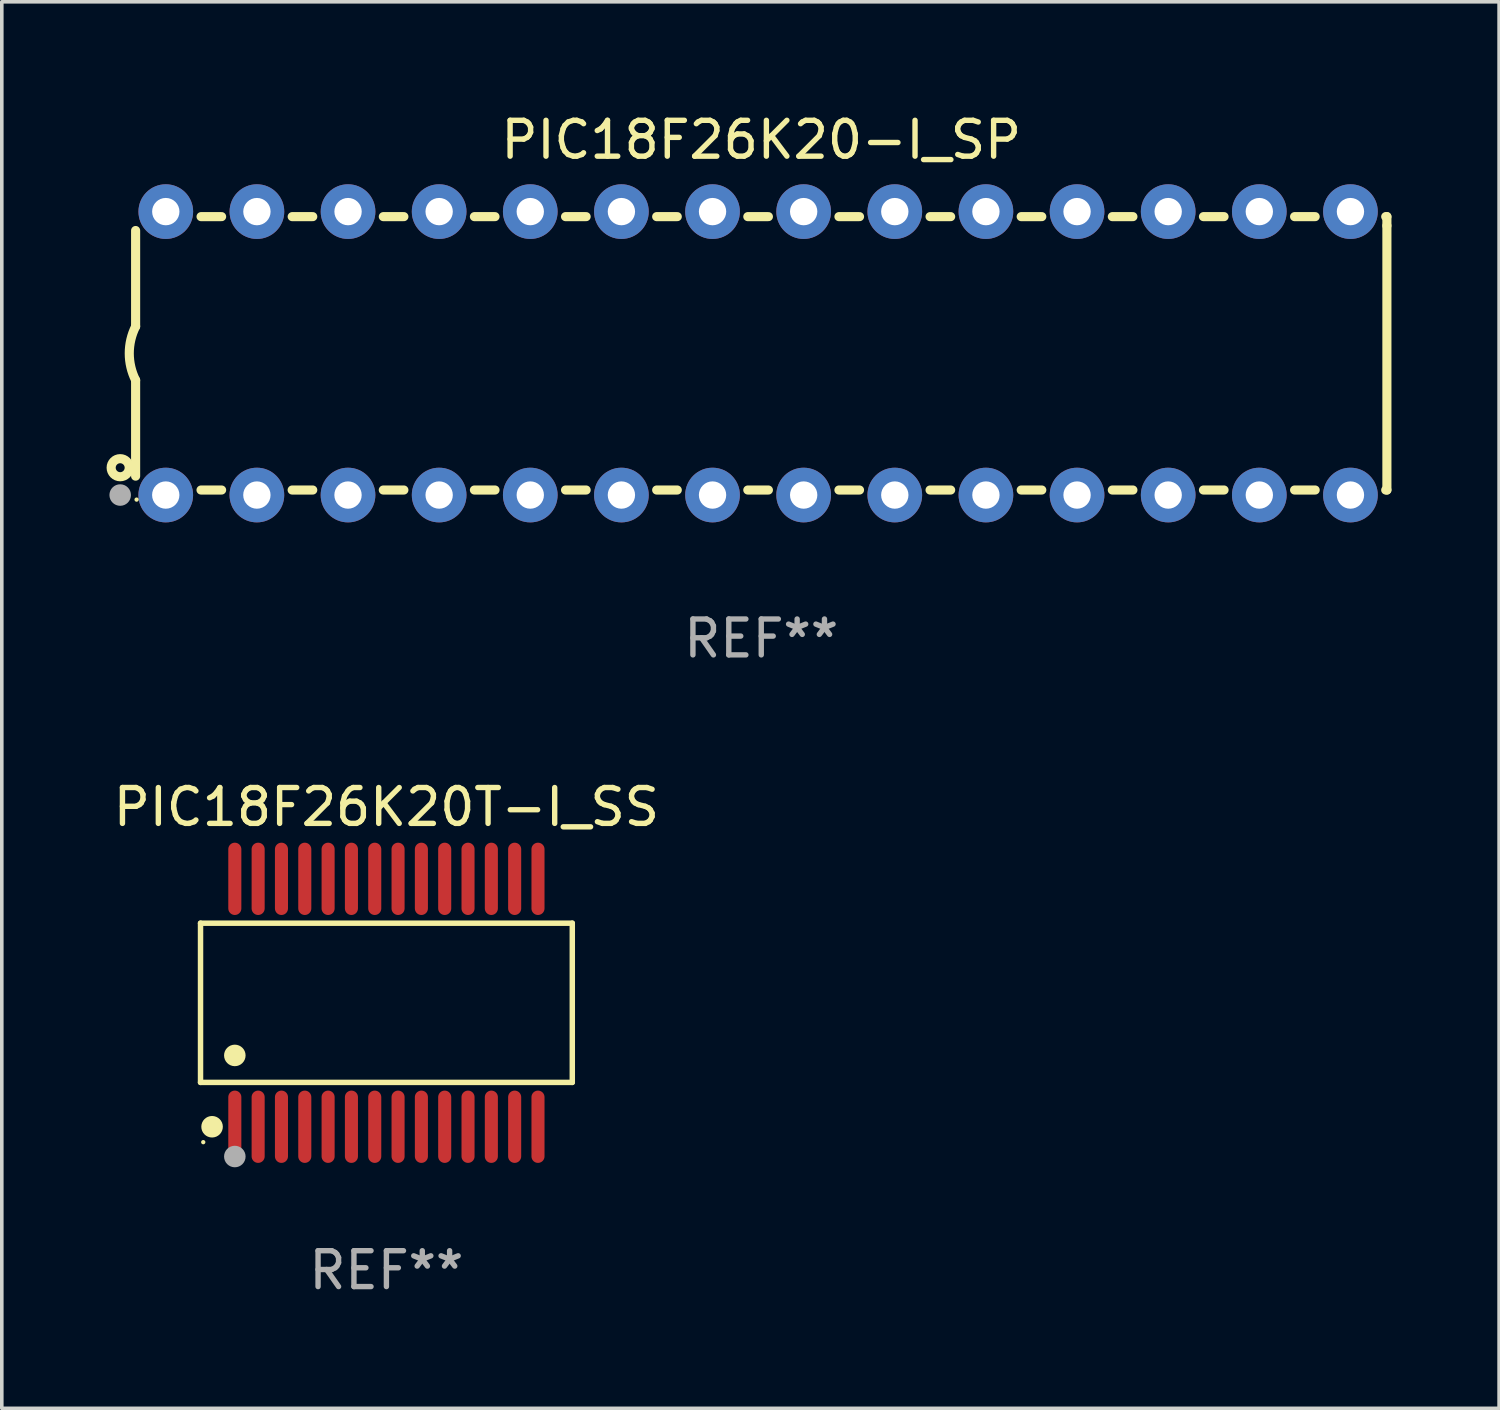
<source format=kicad_pcb>
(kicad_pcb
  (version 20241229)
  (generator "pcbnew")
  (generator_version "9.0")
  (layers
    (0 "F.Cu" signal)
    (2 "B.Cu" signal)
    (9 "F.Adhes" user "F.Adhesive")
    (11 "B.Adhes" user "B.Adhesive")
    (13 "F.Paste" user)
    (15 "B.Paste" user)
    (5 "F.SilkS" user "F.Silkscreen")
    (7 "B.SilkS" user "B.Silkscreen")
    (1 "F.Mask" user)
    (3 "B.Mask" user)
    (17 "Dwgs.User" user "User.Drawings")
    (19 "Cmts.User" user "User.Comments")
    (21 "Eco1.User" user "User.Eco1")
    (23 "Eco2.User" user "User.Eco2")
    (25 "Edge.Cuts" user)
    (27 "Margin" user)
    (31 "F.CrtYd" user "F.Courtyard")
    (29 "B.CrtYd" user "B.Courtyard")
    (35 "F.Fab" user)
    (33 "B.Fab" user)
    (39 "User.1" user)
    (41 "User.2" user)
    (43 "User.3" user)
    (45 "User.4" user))
  (footprint "PIC18F26K20T-I_SS"
    (layer "F.Cu")
    (at 7.72 24.9)
    (property "Reference" "PIC18F26K20T-I_SS" (at 0 -5.455 0) (layer "F.SilkS") (effects (font (size 1 1) (thickness 0.15))))
    (attr through_hole)
    (fp_line (start -5.181 -2.219) (end 5.181 -2.219) (stroke (width 0.152) (type solid)) (layer "F.SilkS"))
    (fp_line (start -5.181 2.219) (end -5.181 -2.219) (stroke (width 0.152) (type solid)) (layer "F.SilkS"))
    (fp_line (start 5.181 -2.219) (end 5.181 2.219) (stroke (width 0.152) (type solid)) (layer "F.SilkS"))
    (fp_line (start 5.181 2.219) (end -5.181 2.219) (stroke (width 0.152) (type solid)) (layer "F.SilkS"))
    (fp_circle (center -5.105 3.885) (end -5.075 3.885) (stroke (width 0.06) (type solid)) (fill no) (layer "F.SilkS"))
    (fp_circle (center -4.859 3.455) (end -4.709 3.455) (stroke (width 0.3) (type solid)) (fill no) (layer "F.SilkS"))
    (fp_circle (center -4.225 1.467) (end -4.075 1.467) (stroke (width 0.3) (type solid)) (fill no) (layer "F.SilkS"))
    (fp_circle (center -4.225 4.285) (end -4.075 4.285) (stroke (width 0.3) (type solid)) (fill no) (layer "F.Fab"))
    (fp_text user "REF**" (at 0 7.455 0) (layer "F.Fab") (effects (font (size 1 1) (thickness 0.15))))
    (pad "1" smd oval (at -4.225 3.455) (size 0.364 2.015) (layers "F.Cu" "F.Mask" "F.Paste"))
    (pad "2" smd oval (at -3.575 3.455) (size 0.364 2.015) (layers "F.Cu" "F.Mask" "F.Paste"))
    (pad "3" smd oval (at -2.925 3.455) (size 0.364 2.015) (layers "F.Cu" "F.Mask" "F.Paste"))
    (pad "4" smd oval (at -2.275 3.455) (size 0.364 2.015) (layers "F.Cu" "F.Mask" "F.Paste"))
    (pad "5" smd oval (at -1.625 3.455) (size 0.364 2.015) (layers "F.Cu" "F.Mask" "F.Paste"))
    (pad "6" smd oval (at -0.975 3.455) (size 0.364 2.015) (layers "F.Cu" "F.Mask" "F.Paste"))
    (pad "7" smd oval (at -0.325 3.455) (size 0.364 2.015) (layers "F.Cu" "F.Mask" "F.Paste"))
    (pad "8" smd oval (at 0.325 3.455) (size 0.364 2.015) (layers "F.Cu" "F.Mask" "F.Paste"))
    (pad "9" smd oval (at 0.975 3.455) (size 0.364 2.015) (layers "F.Cu" "F.Mask" "F.Paste"))
    (pad "10" smd oval (at 1.625 3.455) (size 0.364 2.015) (layers "F.Cu" "F.Mask" "F.Paste"))
    (pad "11" smd oval (at 2.275 3.455) (size 0.364 2.015) (layers "F.Cu" "F.Mask" "F.Paste"))
    (pad "12" smd oval (at 2.925 3.455) (size 0.364 2.015) (layers "F.Cu" "F.Mask" "F.Paste"))
    (pad "13" smd oval (at 3.575 3.455) (size 0.364 2.015) (layers "F.Cu" "F.Mask" "F.Paste"))
    (pad "14" smd oval (at 4.225 3.455) (size 0.364 2.015) (layers "F.Cu" "F.Mask" "F.Paste"))
    (pad "15" smd oval (at 4.225 -3.455) (size 0.364 2.015) (layers "F.Cu" "F.Mask" "F.Paste"))
    (pad "16" smd oval (at 3.575 -3.455) (size 0.364 2.015) (layers "F.Cu" "F.Mask" "F.Paste"))
    (pad "17" smd oval (at 2.925 -3.455) (size 0.364 2.015) (layers "F.Cu" "F.Mask" "F.Paste"))
    (pad "18" smd oval (at 2.275 -3.455) (size 0.364 2.015) (layers "F.Cu" "F.Mask" "F.Paste"))
    (pad "19" smd oval (at 1.625 -3.455) (size 0.364 2.015) (layers "F.Cu" "F.Mask" "F.Paste"))
    (pad "20" smd oval (at 0.975 -3.455) (size 0.364 2.015) (layers "F.Cu" "F.Mask" "F.Paste"))
    (pad "21" smd oval (at 0.325 -3.455) (size 0.364 2.015) (layers "F.Cu" "F.Mask" "F.Paste"))
    (pad "22" smd oval (at -0.325 -3.455) (size 0.364 2.015) (layers "F.Cu" "F.Mask" "F.Paste"))
    (pad "23" smd oval (at -0.975 -3.455) (size 0.364 2.015) (layers "F.Cu" "F.Mask" "F.Paste"))
    (pad "24" smd oval (at -1.625 -3.455) (size 0.364 2.015) (layers "F.Cu" "F.Mask" "F.Paste"))
    (pad "25" smd oval (at -2.275 -3.455) (size 0.364 2.015) (layers "F.Cu" "F.Mask" "F.Paste"))
    (pad "26" smd oval (at -2.925 -3.455) (size 0.364 2.015) (layers "F.Cu" "F.Mask" "F.Paste"))
    (pad "27" smd oval (at -3.575 -3.455) (size 0.364 2.015) (layers "F.Cu" "F.Mask" "F.Paste"))
    (pad "28" smd oval (at -4.225 -3.455) (size 0.364 2.015) (layers "F.Cu" "F.Mask" "F.Paste")))
  (footprint "PIC18F26K20-I_SP"
    (layer "F.Cu")
    (at 18.168 6.798)
    (property "Reference" "PIC18F26K20-I_SP" (at 0 -5.95 0) (layer "F.SilkS") (effects (font (size 1 1) (thickness 0.15))))
    (attr through_hole)
    (fp_line (start -17.438 0.75) (end -17.438 3.423) (stroke (width 0.254) (type solid)) (layer "F.SilkS"))
    (fp_line (start -17.438 -3.423) (end -17.438 -0.75) (stroke (width 0.254) (type solid)) (layer "F.SilkS"))
    (fp_line (start -15.615 3.81) (end -15.041 3.81) (stroke (width 0.254) (type solid)) (layer "F.SilkS"))
    (fp_line (start -15.041 -3.81) (end -15.614 -3.81) (stroke (width 0.254) (type solid)) (layer "F.SilkS"))
    (fp_line (start -13.075 3.81) (end -12.501 3.81) (stroke (width 0.254) (type solid)) (layer "F.SilkS"))
    (fp_line (start -12.501 -3.81) (end -13.074 -3.81) (stroke (width 0.254) (type solid)) (layer "F.SilkS"))
    (fp_line (start -10.535 3.81) (end -9.961 3.81) (stroke (width 0.254) (type solid)) (layer "F.SilkS"))
    (fp_line (start -9.961 -3.81) (end -10.534 -3.81) (stroke (width 0.254) (type solid)) (layer "F.SilkS"))
    (fp_line (start -7.995 3.81) (end -7.421 3.81) (stroke (width 0.254) (type solid)) (layer "F.SilkS"))
    (fp_line (start -7.421 -3.81) (end -7.995 -3.81) (stroke (width 0.254) (type solid)) (layer "F.SilkS"))
    (fp_line (start -5.455 3.81) (end -4.881 3.81) (stroke (width 0.254) (type solid)) (layer "F.SilkS"))
    (fp_line (start -4.881 -3.81) (end -5.455 -3.81) (stroke (width 0.254) (type solid)) (layer "F.SilkS"))
    (fp_line (start -2.915 3.81) (end -2.341 3.81) (stroke (width 0.254) (type solid)) (layer "F.SilkS"))
    (fp_line (start -2.341 -3.81) (end -2.915 -3.81) (stroke (width 0.254) (type solid)) (layer "F.SilkS"))
    (fp_line (start -0.375 3.81) (end 0.199 3.81) (stroke (width 0.254) (type solid)) (layer "F.SilkS"))
    (fp_line (start 0.199 -3.81) (end -0.375 -3.81) (stroke (width 0.254) (type solid)) (layer "F.SilkS"))
    (fp_line (start 2.165 3.81) (end 2.739 3.81) (stroke (width 0.254) (type solid)) (layer "F.SilkS"))
    (fp_line (start 2.739 -3.81) (end 2.165 -3.81) (stroke (width 0.254) (type solid)) (layer "F.SilkS"))
    (fp_line (start 4.705 3.81) (end 5.279 3.81) (stroke (width 0.254) (type solid)) (layer "F.SilkS"))
    (fp_line (start 5.279 -3.81) (end 4.705 -3.81) (stroke (width 0.254) (type solid)) (layer "F.SilkS"))
    (fp_line (start 7.245 3.81) (end 7.819 3.81) (stroke (width 0.254) (type solid)) (layer "F.SilkS"))
    (fp_line (start 7.819 -3.81) (end 7.245 -3.81) (stroke (width 0.254) (type solid)) (layer "F.SilkS"))
    (fp_line (start 9.785 3.81) (end 10.359 3.81) (stroke (width 0.254) (type solid)) (layer "F.SilkS"))
    (fp_line (start 10.359 -3.81) (end 9.785 -3.81) (stroke (width 0.254) (type solid)) (layer "F.SilkS"))
    (fp_line (start 12.325 3.81) (end 12.899 3.81) (stroke (width 0.254) (type solid)) (layer "F.SilkS"))
    (fp_line (start 12.899 -3.81) (end 12.325 -3.81) (stroke (width 0.254) (type solid)) (layer "F.SilkS"))
    (fp_line (start 14.865 3.81) (end 15.439 3.81) (stroke (width 0.254) (type solid)) (layer "F.SilkS"))
    (fp_line (start 15.439 -3.81) (end 14.865 -3.81) (stroke (width 0.254) (type solid)) (layer "F.SilkS"))
    (fp_line (start 17.405 3.81) (end 17.438 3.81) (stroke (width 0.254) (type solid)) (layer "F.SilkS"))
    (fp_line (start 17.438 -3.81) (end 17.405 -3.81) (stroke (width 0.254) (type solid)) (layer "F.SilkS"))
    (fp_line (start 17.438 -3.556) (end 17.438 -3.81) (stroke (width 0.254) (type solid)) (layer "F.SilkS"))
    (fp_line (start 17.438 3.81) (end 17.438 -3.556) (stroke (width 0.254) (type solid)) (layer "F.SilkS"))
    (fp_arc (start -17.437986 0.749657) (mid -17.614887 -0.000024) (end -17.437783 -0.749657) (stroke (width 0.254001) (type solid)) (layer "F.SilkS"))
    (fp_circle (center -17.868 3.188) (end -17.743 3.188) (stroke (width 0.254) (type solid)) (fill no) (layer "F.SilkS"))
    (fp_circle (center -17.411 4.077) (end -17.381 4.077) (stroke (width 0.06) (type solid)) (fill no) (layer "F.SilkS"))
    (fp_circle (center -17.868 3.95) (end -17.718 3.95) (stroke (width 0.3) (type solid)) (fill no) (layer "F.Fab"))
    (fp_text user "REF**" (at 0 7.95 0) (layer "F.Fab") (effects (font (size 1 1) (thickness 0.15))))
    (pad "1" thru_hole circle (at -16.598 3.95) (size 1.524 1.524) (drill 0.762) (layers "*.Cu" "*.Mask"))
    (pad "2" thru_hole circle (at -14.058 3.95) (size 1.524 1.524) (drill 0.762) (layers "*.Cu" "*.Mask"))
    (pad "3" thru_hole circle (at -11.518 3.95) (size 1.524 1.524) (drill 0.762) (layers "*.Cu" "*.Mask"))
    (pad "4" thru_hole circle (at -8.978 3.95) (size 1.524 1.524) (drill 0.762) (layers "*.Cu" "*.Mask"))
    (pad "5" thru_hole circle (at -6.438 3.95) (size 1.524 1.524) (drill 0.762) (layers "*.Cu" "*.Mask"))
    (pad "6" thru_hole circle (at -3.898 3.95) (size 1.524 1.524) (drill 0.762) (layers "*.Cu" "*.Mask"))
    (pad "7" thru_hole circle (at -1.358 3.95) (size 1.524 1.524) (drill 0.762) (layers "*.Cu" "*.Mask"))
    (pad "8" thru_hole circle (at 1.182 3.95) (size 1.524 1.524) (drill 0.762) (layers "*.Cu" "*.Mask"))
    (pad "9" thru_hole circle (at 3.722 3.95) (size 1.524 1.524) (drill 0.762) (layers "*.Cu" "*.Mask"))
    (pad "10" thru_hole circle (at 6.262 3.95) (size 1.524 1.524) (drill 0.762) (layers "*.Cu" "*.Mask"))
    (pad "11" thru_hole circle (at 8.802 3.95) (size 1.524 1.524) (drill 0.762) (layers "*.Cu" "*.Mask"))
    (pad "12" thru_hole circle (at 11.342 3.95) (size 1.524 1.524) (drill 0.762) (layers "*.Cu" "*.Mask"))
    (pad "13" thru_hole circle (at 13.882 3.95) (size 1.524 1.524) (drill 0.762) (layers "*.Cu" "*.Mask"))
    (pad "14" thru_hole circle (at 16.422 3.95) (size 1.524 1.524) (drill 0.762) (layers "*.Cu" "*.Mask"))
    (pad "15" thru_hole circle (at 16.422 -3.95) (size 1.524 1.524) (drill 0.762) (layers "*.Cu" "*.Mask"))
    (pad "16" thru_hole circle (at 13.882 -3.95) (size 1.524 1.524) (drill 0.762) (layers "*.Cu" "*.Mask"))
    (pad "17" thru_hole circle (at 11.342 -3.95) (size 1.524 1.524) (drill 0.762) (layers "*.Cu" "*.Mask"))
    (pad "18" thru_hole circle (at 8.802 -3.95) (size 1.524 1.524) (drill 0.762) (layers "*.Cu" "*.Mask"))
    (pad "19" thru_hole circle (at 6.262 -3.95) (size 1.524 1.524) (drill 0.762) (layers "*.Cu" "*.Mask"))
    (pad "20" thru_hole circle (at 3.722 -3.95) (size 1.524 1.524) (drill 0.762) (layers "*.Cu" "*.Mask"))
    (pad "21" thru_hole circle (at 1.182 -3.95) (size 1.524 1.524) (drill 0.762) (layers "*.Cu" "*.Mask"))
    (pad "22" thru_hole circle (at -1.358 -3.95) (size 1.524 1.524) (drill 0.762) (layers "*.Cu" "*.Mask"))
    (pad "23" thru_hole circle (at -3.898 -3.95) (size 1.524 1.524) (drill 0.762) (layers "*.Cu" "*.Mask"))
    (pad "24" thru_hole circle (at -6.438 -3.95) (size 1.524 1.524) (drill 0.762) (layers "*.Cu" "*.Mask"))
    (pad "25" thru_hole circle (at -8.978 -3.95) (size 1.524 1.524) (drill 0.762) (layers "*.Cu" "*.Mask"))
    (pad "26" thru_hole circle (at -11.517 -3.95) (size 1.524 1.524) (drill 0.762) (layers "*.Cu" "*.Mask"))
    (pad "27" thru_hole circle (at -14.057 -3.95) (size 1.524 1.524) (drill 0.762) (layers "*.Cu" "*.Mask"))
    (pad "28" thru_hole circle (at -16.597 -3.95) (size 1.524 1.524) (drill 0.762) (layers "*.Cu" "*.Mask")))
  (gr_rect
    (start -3 -3)
    (end 38.733 36.203)
    (stroke (width 0.1) (type default))
    (fill no)
    (layer "Edge.Cuts")))
</source>
